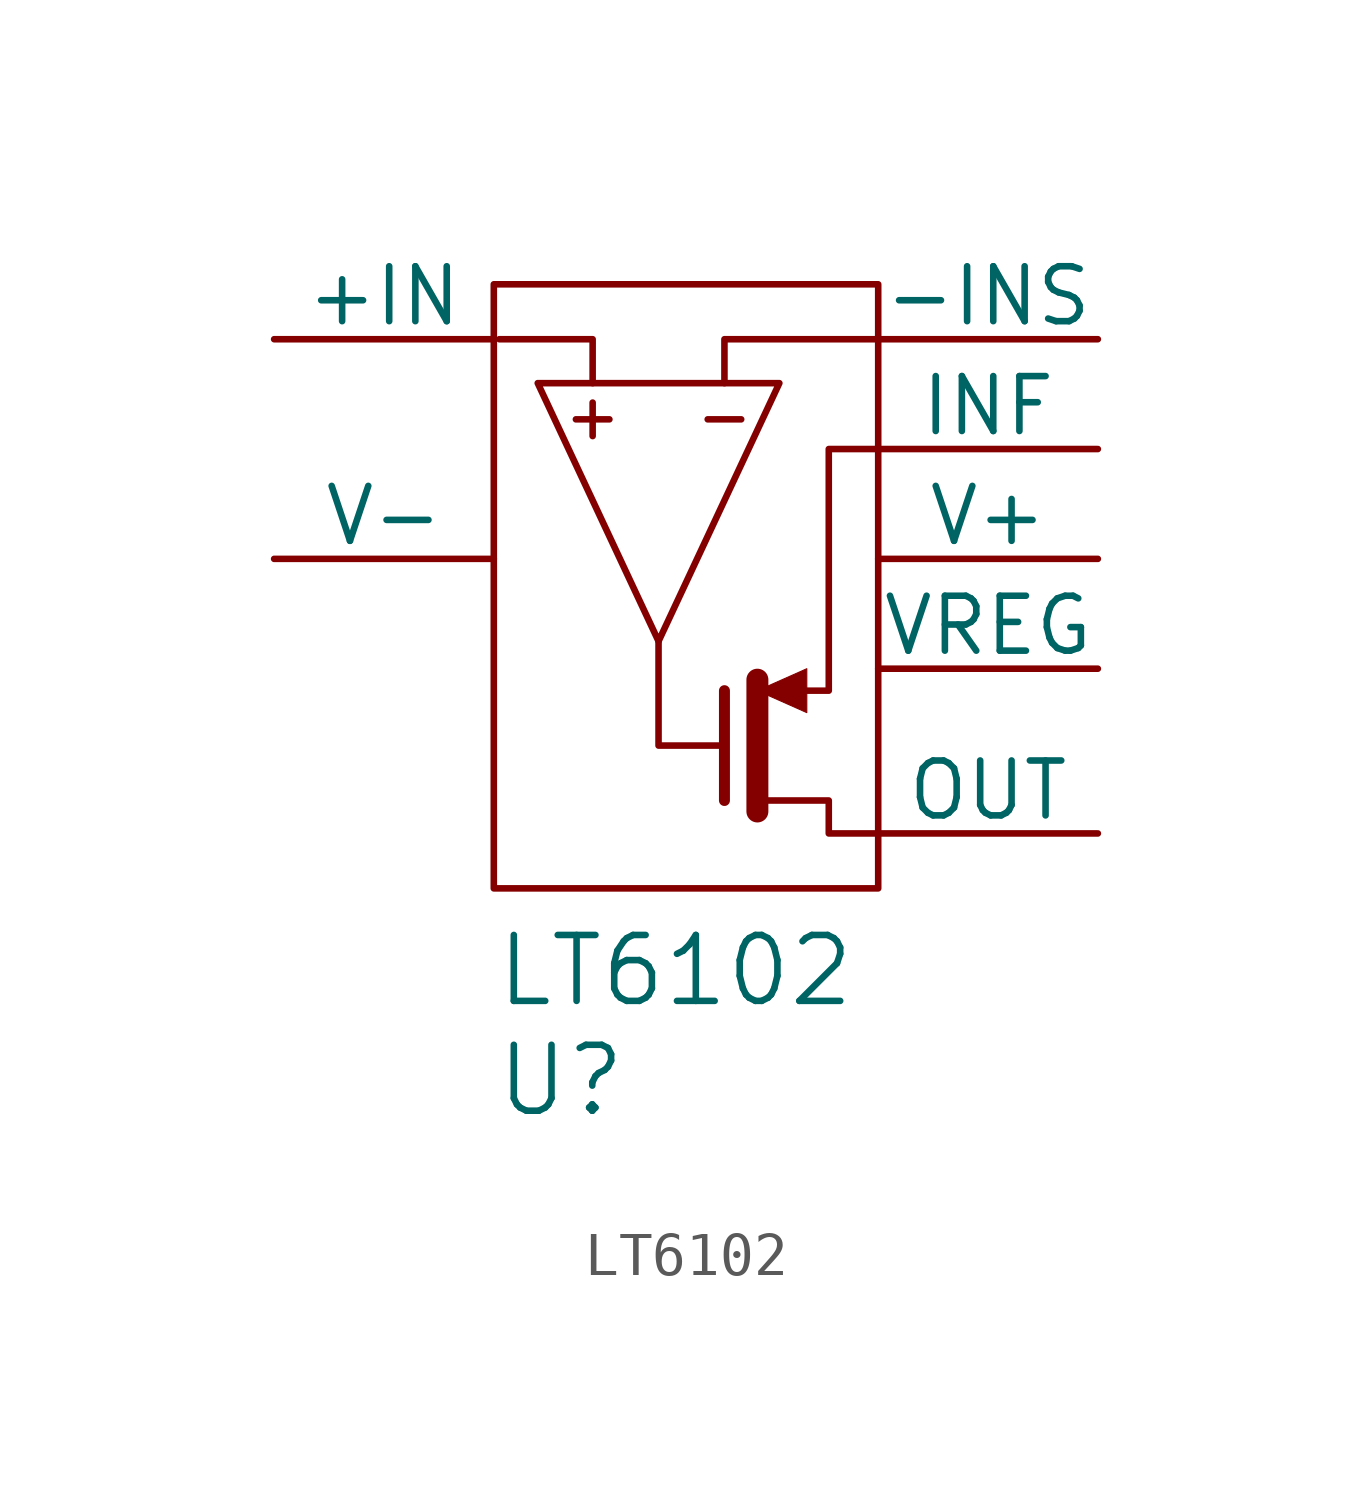
<source format=kicad_sym>
(kicad_symbol_lib
  (version 20211014)
  (generator kicad_symbol_editor)
  (symbol "LT6102"
    (pin_numbers hide)
    (pin_names
      (offset 0))
    (property "Reference" "U"
      (at 5.08 -17.145 0)
      (effects (font (size 1.524 1.524)) (justify left)))
    (property "Value" "LT6102"
      (at 5.08 -14.605 0)
      (effects (font (size 1.524 1.524)) (justify left)))
    (symbol "LT6102_0_0"
      (text "+" (at 7.366 -1.778 0) (effects (font (size 1.016 1.016))))
      (text "-" (at 10.414 -1.778 0) (effects (font (size 1.016 1.016)))))
    (symbol "LT6102_0_1"
      (polyline (pts (xy 10.414 -8.128) (xy 10.414 -10.668)) (stroke (width 0.254) (type default) (color 0 0 0 0)) (fill (type none)))
      (polyline (pts (xy 11.176 -7.874) (xy 11.176 -10.922)) (stroke (width 0.508) (type default) (color 0 0 0 0)) (fill (type none)))
      (polyline (pts (xy 5.207 0) (xy 7.366 0) (xy 7.366 -1.016)) (stroke (width 0) (type default) (color 0 0 0 0)) (fill (type none)))
      (polyline (pts (xy 8.89 -6.985) (xy 8.89 -9.398) (xy 10.287 -9.398)) (stroke (width 0) (type default) (color 0 0 0 0)) (fill (type none)))
      (polyline (pts (xy 13.97 0) (xy 10.414 0) (xy 10.414 -1.016)) (stroke (width 0) (type default) (color 0 0 0 0)) (fill (type none)))
      (polyline (pts (xy 6.096 -1.016) (xy 11.684 -1.016) (xy 8.89 -6.985) (xy 6.096 -1.016)) (stroke (width 0) (type default) (color 0 0 0 0)) (fill (type none)))
      (polyline (pts (xy 11.176 -8.128) (xy 12.319 -7.62) (xy 12.319 -8.636) (xy 11.176 -8.128)) (stroke (width 0.025) (type default) (color 0 0 0 0)) (fill (type outline)))
      (polyline (pts (xy 13.97 -11.43) (xy 12.827 -11.43) (xy 12.827 -10.668) (xy 11.176 -10.668)) (stroke (width 0) (type default) (color 0 0 0 0)) (fill (type none)))
      (polyline (pts (xy 13.97 -2.54) (xy 12.827 -2.54) (xy 12.827 -8.128) (xy 11.43 -8.128)) (stroke (width 0) (type default) (color 0 0 0 0)) (fill (type none)))
      (polyline (pts (xy 5.08 1.27) (xy 13.97 1.27) (xy 13.97 -12.7) (xy 5.08 -12.7) (xy 5.08 1.27)) (stroke (width 0) (type default) (color 0 0 0 0)) (fill (type none))))
    (symbol "LT6102_1_1"
      (pin passive line (at 19.05 0 180) (length 5.08) (name "-INS" (effects (font (size 1.27 1.27)))) (number "1" (effects (font (size 1.27 1.27)))))
      (pin passive line (at 19.05 -11.43 180) (length 5.08) (name "OUT" (effects (font (size 1.27 1.27)))) (number "1" (effects (font (size 1.27 1.27)))))
      (pin passive line (at 19.05 -2.54 180) (length 5.08) (name "INF" (effects (font (size 1.27 1.27)))) (number "2" (effects (font (size 1.27 1.27)))))
      (pin power_in line (at 0 -5.08 0) (length 5.08) (name "V-" (effects (font (size 1.27 1.27)))) (number "5" (effects (font (size 1.27 1.27)))))
      (pin passive line (at 19.05 -7.62 180) (length 5.08) (name "VREG" (effects (font (size 1.27 1.27)))) (number "6" (effects (font (size 1.27 1.27)))))
      (pin power_in line (at 19.05 -5.08 180) (length 5.08) (name "V+" (effects (font (size 1.27 1.27)))) (number "7" (effects (font (size 1.27 1.27)))))
      (pin passive line (at 0 0 0) (length 5.08) (name "+IN" (effects (font (size 1.27 1.27)))) (number "8" (effects (font (size 1.27 1.27))))))))
</source>
